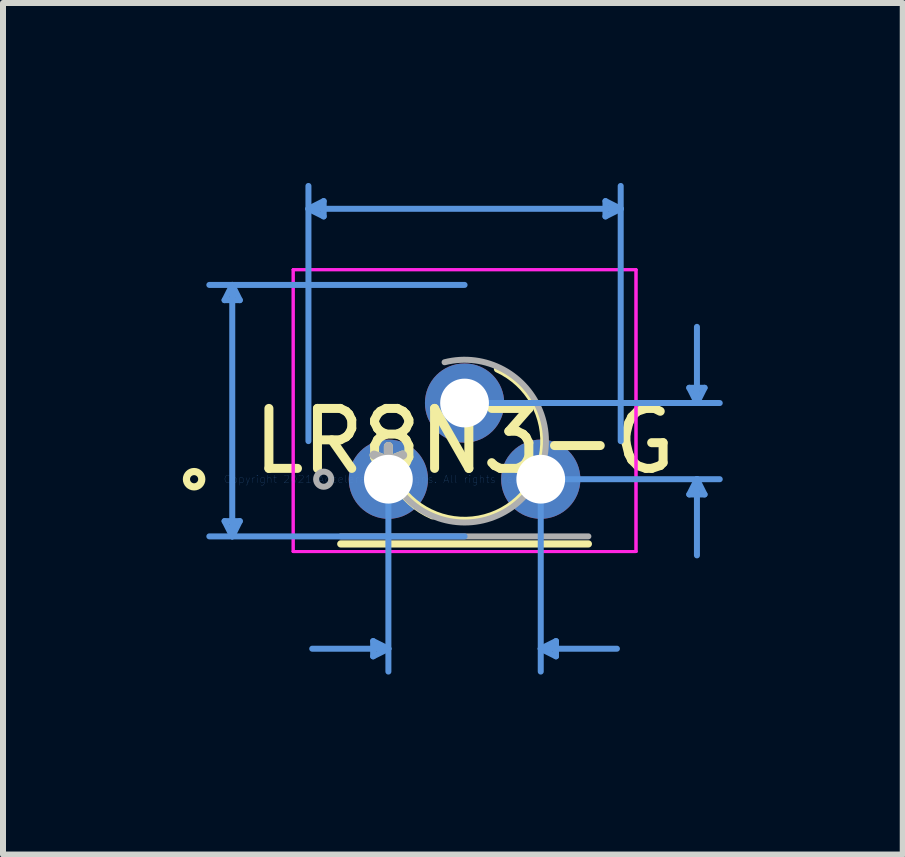
<source format=kicad_pcb>
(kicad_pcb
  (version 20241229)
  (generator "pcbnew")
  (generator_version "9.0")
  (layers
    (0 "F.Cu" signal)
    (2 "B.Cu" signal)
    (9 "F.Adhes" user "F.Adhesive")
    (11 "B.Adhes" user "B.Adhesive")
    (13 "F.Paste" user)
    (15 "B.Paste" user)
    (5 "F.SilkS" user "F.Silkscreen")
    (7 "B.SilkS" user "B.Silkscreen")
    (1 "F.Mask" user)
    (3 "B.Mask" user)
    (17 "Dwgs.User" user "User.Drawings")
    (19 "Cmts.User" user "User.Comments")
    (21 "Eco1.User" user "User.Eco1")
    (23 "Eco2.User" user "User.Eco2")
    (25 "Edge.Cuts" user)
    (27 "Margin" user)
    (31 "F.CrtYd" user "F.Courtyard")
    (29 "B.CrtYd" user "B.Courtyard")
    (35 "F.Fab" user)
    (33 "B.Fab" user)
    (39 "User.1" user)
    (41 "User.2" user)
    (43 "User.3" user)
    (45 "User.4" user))
  (footprint "LR8N3-G"
    (layer "F.Cu")
    (at 3.425 4.939)
    (property "Reference" "LR8N3-G" (at 1.27 -0.635 0) (layer "F.SilkS") (effects (font (size 1 1) (thickness 0.15))))
    (attr through_hole)
    (fp_line (start -0.794 1.079) (end 3.334 1.079) (stroke (width 0.12) (type solid)) (layer "F.SilkS"))
    (fp_arc (start 0.735694 0.610231) (mid 0.363152 0.371831) (end 0.087228 0.02616) (stroke (width 0.12) (type solid)) (layer "F.SilkS"))
    (fp_arc (start 1.818691 -1.837941) (mid 2.232162 0.271848) (end 0.101613 -0.016129) (stroke (width 0.12) (type solid)) (layer "F.SilkS"))
    (fp_circle (center -3.239 0) (end -3.111 0) (stroke (width 0.12) (type solid)) (fill no) (layer "F.SilkS"))
    (fp_line (start -2.731 -2.985) (end -2.477 -2.985) (stroke (width 0.1) (type solid)) (layer "Cmts.User"))
    (fp_line (start -2.731 0.699) (end -2.477 0.699) (stroke (width 0.1) (type solid)) (layer "Cmts.User"))
    (fp_line (start -2.603 -3.239) (end -2.731 -2.985) (stroke (width 0.1) (type solid)) (layer "Cmts.User"))
    (fp_line (start -2.603 -3.239) (end -2.603 0.953) (stroke (width 0.1) (type solid)) (layer "Cmts.User"))
    (fp_line (start -2.603 -3.239) (end -2.477 -2.985) (stroke (width 0.1) (type solid)) (layer "Cmts.User"))
    (fp_line (start -2.603 0.953) (end -2.731 0.699) (stroke (width 0.1) (type solid)) (layer "Cmts.User"))
    (fp_line (start -2.603 0.953) (end -2.477 0.699) (stroke (width 0.1) (type solid)) (layer "Cmts.User"))
    (fp_line (start -1.333 -4.508) (end -1.079 -4.636) (stroke (width 0.1) (type solid)) (layer "Cmts.User"))
    (fp_line (start -1.333 -4.508) (end -1.079 -4.381) (stroke (width 0.1) (type solid)) (layer "Cmts.User"))
    (fp_line (start -1.333 -4.508) (end 3.873 -4.508) (stroke (width 0.1) (type solid)) (layer "Cmts.User"))
    (fp_line (start -1.333 -0.635) (end -1.333 -4.889) (stroke (width 0.1) (type solid)) (layer "Cmts.User"))
    (fp_line (start -1.079 -4.636) (end -1.079 -4.381) (stroke (width 0.1) (type solid)) (layer "Cmts.User"))
    (fp_line (start -0.254 2.699) (end -0.254 2.953) (stroke (width 0.1) (type solid)) (layer "Cmts.User"))
    (fp_line (start 0 0) (end 0 3.207) (stroke (width 0.1) (type solid)) (layer "Cmts.User"))
    (fp_line (start 0 2.826) (end -1.27 2.826) (stroke (width 0.1) (type solid)) (layer "Cmts.User"))
    (fp_line (start 0 2.826) (end -0.254 2.699) (stroke (width 0.1) (type solid)) (layer "Cmts.User"))
    (fp_line (start 0 2.826) (end -0.254 2.953) (stroke (width 0.1) (type solid)) (layer "Cmts.User"))
    (fp_line (start 1.27 -3.239) (end -2.985 -3.239) (stroke (width 0.1) (type solid)) (layer "Cmts.User"))
    (fp_line (start 1.27 0.953) (end -2.985 0.953) (stroke (width 0.1) (type solid)) (layer "Cmts.User"))
    (fp_line (start 1.524 -1.27) (end 5.524 -1.27) (stroke (width 0.1) (type solid)) (layer "Cmts.User"))
    (fp_line (start 2.54 0) (end 2.54 3.207) (stroke (width 0.1) (type solid)) (layer "Cmts.User"))
    (fp_line (start 2.54 0) (end 5.524 0) (stroke (width 0.1) (type solid)) (layer "Cmts.User"))
    (fp_line (start 2.54 2.826) (end 2.794 2.699) (stroke (width 0.1) (type solid)) (layer "Cmts.User"))
    (fp_line (start 2.54 2.826) (end 2.794 2.953) (stroke (width 0.1) (type solid)) (layer "Cmts.User"))
    (fp_line (start 2.54 2.826) (end 3.81 2.826) (stroke (width 0.1) (type solid)) (layer "Cmts.User"))
    (fp_line (start 2.794 2.699) (end 2.794 2.953) (stroke (width 0.1) (type solid)) (layer "Cmts.User"))
    (fp_line (start 3.619 -4.636) (end 3.619 -4.381) (stroke (width 0.1) (type solid)) (layer "Cmts.User"))
    (fp_line (start 3.873 -4.508) (end 3.619 -4.636) (stroke (width 0.1) (type solid)) (layer "Cmts.User"))
    (fp_line (start 3.873 -4.508) (end 3.619 -4.381) (stroke (width 0.1) (type solid)) (layer "Cmts.User"))
    (fp_line (start 3.873 -0.635) (end 3.873 -4.889) (stroke (width 0.1) (type solid)) (layer "Cmts.User"))
    (fp_line (start 5.016 -1.524) (end 5.271 -1.524) (stroke (width 0.1) (type solid)) (layer "Cmts.User"))
    (fp_line (start 5.016 0.254) (end 5.271 0.254) (stroke (width 0.1) (type solid)) (layer "Cmts.User"))
    (fp_line (start 5.144 -1.27) (end 5.016 -1.524) (stroke (width 0.1) (type solid)) (layer "Cmts.User"))
    (fp_line (start 5.144 -1.27) (end 5.144 -2.54) (stroke (width 0.1) (type solid)) (layer "Cmts.User"))
    (fp_line (start 5.144 -1.27) (end 5.271 -1.524) (stroke (width 0.1) (type solid)) (layer "Cmts.User"))
    (fp_line (start 5.144 0) (end 5.016 0.254) (stroke (width 0.1) (type solid)) (layer "Cmts.User"))
    (fp_line (start 5.144 0) (end 5.144 1.27) (stroke (width 0.1) (type solid)) (layer "Cmts.User"))
    (fp_line (start 5.144 0) (end 5.271 0.254) (stroke (width 0.1) (type solid)) (layer "Cmts.User"))
    (fp_line (start -1.587 -3.493) (end 4.128 -3.493) (stroke (width 0.05) (type solid)) (layer "F.CrtYd"))
    (fp_line (start -1.587 -3.493) (end 4.128 -3.493) (stroke (width 0.05) (type solid)) (layer "F.CrtYd"))
    (fp_line (start -1.587 1.206) (end -1.587 -3.493) (stroke (width 0.05) (type solid)) (layer "F.CrtYd"))
    (fp_line (start -1.587 1.206) (end -1.587 -3.493) (stroke (width 0.05) (type solid)) (layer "F.CrtYd"))
    (fp_line (start 4.128 -3.493) (end 4.128 1.206) (stroke (width 0.05) (type solid)) (layer "F.CrtYd"))
    (fp_line (start 4.128 -3.493) (end 4.128 1.206) (stroke (width 0.05) (type solid)) (layer "F.CrtYd"))
    (fp_line (start 4.128 1.206) (end -1.587 1.206) (stroke (width 0.05) (type solid)) (layer "F.CrtYd"))
    (fp_line (start 4.128 1.206) (end -1.587 1.206) (stroke (width 0.05) (type solid)) (layer "F.CrtYd"))
    (fp_line (start -0.794 0.953) (end 3.334 0.953) (stroke (width 0.1) (type solid)) (layer "F.Fab"))
    (fp_line (start -0.254 0) (end 0.254 0) (stroke (width 0.1) (type solid)) (layer "F.Fab"))
    (fp_line (start 0 0.254) (end 0 -0.254) (stroke (width 0.1) (type solid)) (layer "F.Fab"))
    (fp_arc (start 0.936755 -1.94972) (mid 2.515231 -0.097468) (end 0.084671 0.024194) (stroke (width 0.1) (type solid)) (layer "F.Fab"))
    (fp_circle (center -1.079 0) (end -0.953 0) (stroke (width 0.1) (type solid)) (fill no) (layer "F.Fab"))
    (fp_text user "*" (at 0 0 0) (layer "F.SilkS") (effects (font (size 1 1) (thickness 0.15))))
    (fp_text user "Copyright 2021 Accelerated Designs. All rights reserved." (at 0 0 0) (layer "Cmts.User") (effects (font (size 0.127 0.127) (thickness 0.002))))
    (fp_text user "*" (at 0 0 0) (layer "F.Fab") (effects (font (size 1 1) (thickness 0.15))))
    (pad "1" thru_hole circle (at 0 0) (size 1.321 1.321) (drill 0.813) (layers "*.Cu" "*.Mask"))
    (pad "2" thru_hole circle (at 1.27 -1.27) (size 1.321 1.321) (drill 0.813) (layers "*.Cu" "*.Mask"))
    (pad "3" thru_hole circle (at 2.54 0) (size 1.321 1.321) (drill 0.813) (layers "*.Cu" "*.Mask")))
  (gr_rect
    (start -3 -3)
    (end 12 11.196)
    (stroke (width 0.1) (type default))
    (fill no)
    (layer "Edge.Cuts")))
</source>
